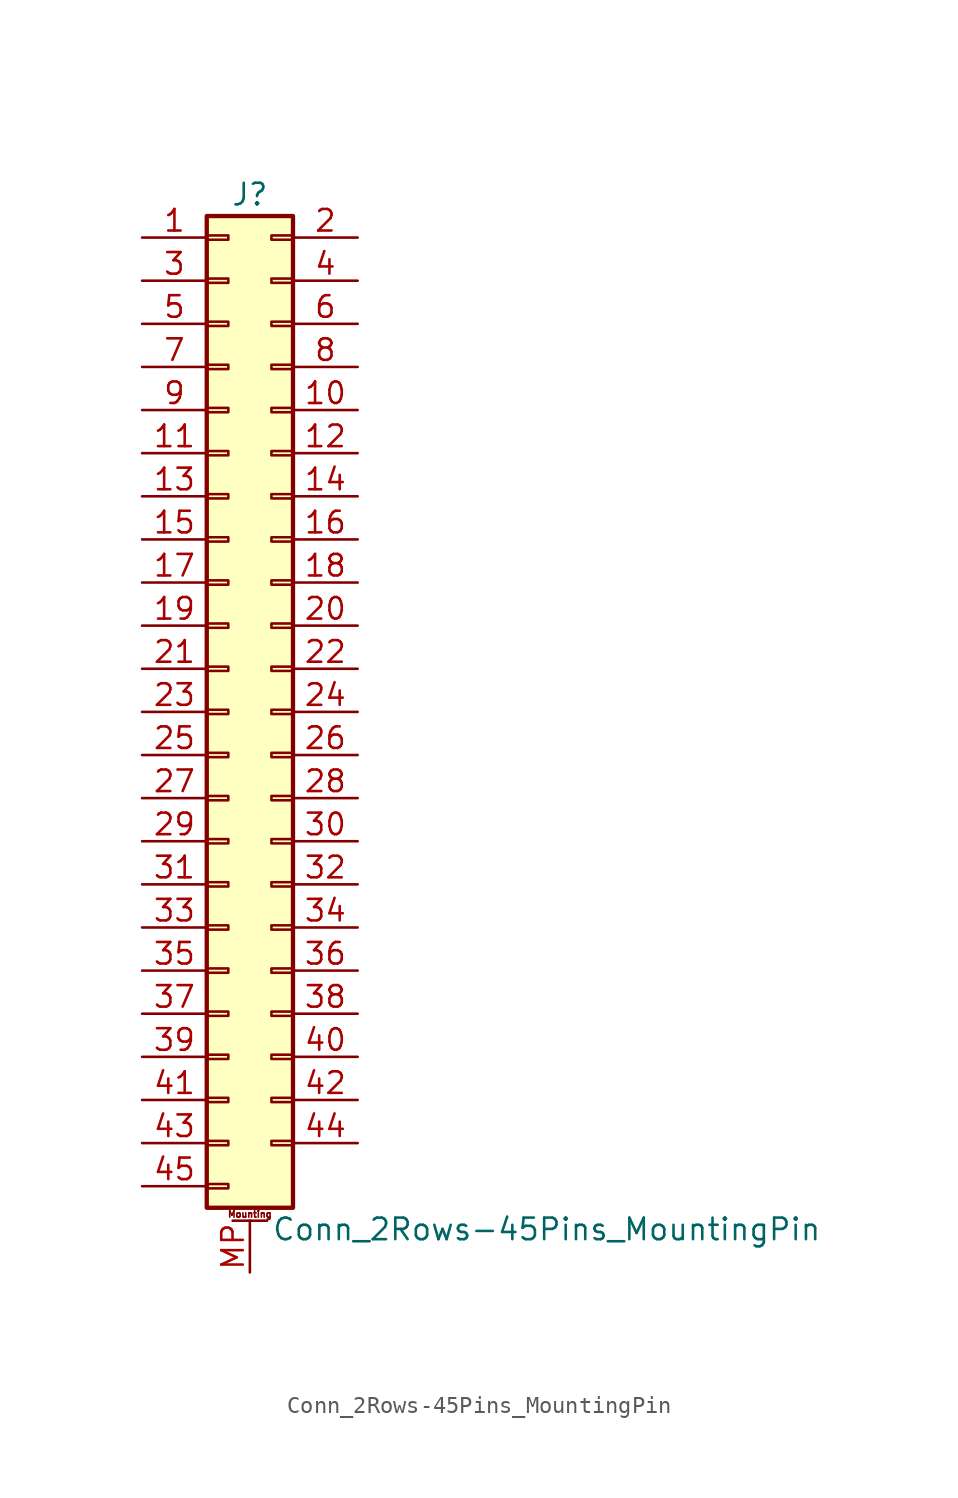
<source format=kicad_sym>
(kicad_symbol_lib
  (version 20211014)
  (generator kicad_symbol_editor)
  (symbol "Conn_2Rows-45Pins_MountingPin"
    (pin_names
      (offset 1.016) hide)
    (property "Reference" "J"
      (at 1.27 30.48 0)
      (effects (font (size 1.27 1.27))))
    (property "Value" "Conn_2Rows-45Pins_MountingPin"
      (at 2.54 -30.48 0)
      (effects (font (size 1.27 1.27)) (justify left)))
    (symbol "Conn_2Rows-45Pins_MountingPin_1_1"
      (rectangle (start -1.27 -27.813) (end 0 -28.067) (stroke (width 0.152) (type default) (color 0 0 0 0)) (fill (type none)))
      (rectangle (start -1.27 -25.273) (end 0 -25.527) (stroke (width 0.152) (type default) (color 0 0 0 0)) (fill (type none)))
      (rectangle (start -1.27 -22.733) (end 0 -22.987) (stroke (width 0.152) (type default) (color 0 0 0 0)) (fill (type none)))
      (rectangle (start -1.27 -20.193) (end 0 -20.447) (stroke (width 0.152) (type default) (color 0 0 0 0)) (fill (type none)))
      (rectangle (start -1.27 -17.653) (end 0 -17.907) (stroke (width 0.152) (type default) (color 0 0 0 0)) (fill (type none)))
      (rectangle (start -1.27 -15.113) (end 0 -15.367) (stroke (width 0.152) (type default) (color 0 0 0 0)) (fill (type none)))
      (rectangle (start -1.27 -12.573) (end 0 -12.827) (stroke (width 0.152) (type default) (color 0 0 0 0)) (fill (type none)))
      (rectangle (start -1.27 -10.033) (end 0 -10.287) (stroke (width 0.152) (type default) (color 0 0 0 0)) (fill (type none)))
      (rectangle (start -1.27 -7.493) (end 0 -7.747) (stroke (width 0.152) (type default) (color 0 0 0 0)) (fill (type none)))
      (rectangle (start -1.27 -4.953) (end 0 -5.207) (stroke (width 0.152) (type default) (color 0 0 0 0)) (fill (type none)))
      (rectangle (start -1.27 -2.413) (end 0 -2.667) (stroke (width 0.152) (type default) (color 0 0 0 0)) (fill (type none)))
      (rectangle (start -1.27 0.127) (end 0 -0.127) (stroke (width 0.152) (type default) (color 0 0 0 0)) (fill (type none)))
      (rectangle (start -1.27 2.667) (end 0 2.413) (stroke (width 0.152) (type default) (color 0 0 0 0)) (fill (type none)))
      (rectangle (start -1.27 5.207) (end 0 4.953) (stroke (width 0.152) (type default) (color 0 0 0 0)) (fill (type none)))
      (rectangle (start -1.27 7.747) (end 0 7.493) (stroke (width 0.152) (type default) (color 0 0 0 0)) (fill (type none)))
      (rectangle (start -1.27 10.287) (end 0 10.033) (stroke (width 0.152) (type default) (color 0 0 0 0)) (fill (type none)))
      (rectangle (start -1.27 12.827) (end 0 12.573) (stroke (width 0.152) (type default) (color 0 0 0 0)) (fill (type none)))
      (rectangle (start -1.27 15.367) (end 0 15.113) (stroke (width 0.152) (type default) (color 0 0 0 0)) (fill (type none)))
      (rectangle (start -1.27 17.907) (end 0 17.653) (stroke (width 0.152) (type default) (color 0 0 0 0)) (fill (type none)))
      (rectangle (start -1.27 20.447) (end 0 20.193) (stroke (width 0.152) (type default) (color 0 0 0 0)) (fill (type none)))
      (rectangle (start -1.27 22.987) (end 0 22.733) (stroke (width 0.152) (type default) (color 0 0 0 0)) (fill (type none)))
      (rectangle (start -1.27 25.527) (end 0 25.273) (stroke (width 0.152) (type default) (color 0 0 0 0)) (fill (type none)))
      (rectangle (start -1.27 28.067) (end 0 27.813) (stroke (width 0.152) (type default) (color 0 0 0 0)) (fill (type none)))
      (rectangle (start -1.27 29.21) (end 3.81 -29.21) (stroke (width 0.254) (type default) (color 0 0 0 0)) (fill (type background)))
      (polyline (pts (xy 0.254 -29.972) (xy 2.286 -29.972)) (stroke (width 0.152) (type default) (color 0 0 0 0)) (fill (type none)))
      (rectangle (start 3.81 -25.273) (end 2.54 -25.527) (stroke (width 0.152) (type default) (color 0 0 0 0)) (fill (type none)))
      (rectangle (start 3.81 -22.733) (end 2.54 -22.987) (stroke (width 0.152) (type default) (color 0 0 0 0)) (fill (type none)))
      (rectangle (start 3.81 -20.193) (end 2.54 -20.447) (stroke (width 0.152) (type default) (color 0 0 0 0)) (fill (type none)))
      (rectangle (start 3.81 -17.653) (end 2.54 -17.907) (stroke (width 0.152) (type default) (color 0 0 0 0)) (fill (type none)))
      (rectangle (start 3.81 -15.113) (end 2.54 -15.367) (stroke (width 0.152) (type default) (color 0 0 0 0)) (fill (type none)))
      (rectangle (start 3.81 -12.573) (end 2.54 -12.827) (stroke (width 0.152) (type default) (color 0 0 0 0)) (fill (type none)))
      (rectangle (start 3.81 -10.033) (end 2.54 -10.287) (stroke (width 0.152) (type default) (color 0 0 0 0)) (fill (type none)))
      (rectangle (start 3.81 -7.493) (end 2.54 -7.747) (stroke (width 0.152) (type default) (color 0 0 0 0)) (fill (type none)))
      (rectangle (start 3.81 -4.953) (end 2.54 -5.207) (stroke (width 0.152) (type default) (color 0 0 0 0)) (fill (type none)))
      (rectangle (start 3.81 -2.413) (end 2.54 -2.667) (stroke (width 0.152) (type default) (color 0 0 0 0)) (fill (type none)))
      (rectangle (start 3.81 0.127) (end 2.54 -0.127) (stroke (width 0.152) (type default) (color 0 0 0 0)) (fill (type none)))
      (rectangle (start 3.81 2.667) (end 2.54 2.413) (stroke (width 0.152) (type default) (color 0 0 0 0)) (fill (type none)))
      (rectangle (start 3.81 5.207) (end 2.54 4.953) (stroke (width 0.152) (type default) (color 0 0 0 0)) (fill (type none)))
      (rectangle (start 3.81 7.747) (end 2.54 7.493) (stroke (width 0.152) (type default) (color 0 0 0 0)) (fill (type none)))
      (rectangle (start 3.81 10.287) (end 2.54 10.033) (stroke (width 0.152) (type default) (color 0 0 0 0)) (fill (type none)))
      (rectangle (start 3.81 12.827) (end 2.54 12.573) (stroke (width 0.152) (type default) (color 0 0 0 0)) (fill (type none)))
      (rectangle (start 3.81 15.367) (end 2.54 15.113) (stroke (width 0.152) (type default) (color 0 0 0 0)) (fill (type none)))
      (rectangle (start 3.81 17.907) (end 2.54 17.653) (stroke (width 0.152) (type default) (color 0 0 0 0)) (fill (type none)))
      (rectangle (start 3.81 20.447) (end 2.54 20.193) (stroke (width 0.152) (type default) (color 0 0 0 0)) (fill (type none)))
      (rectangle (start 3.81 22.987) (end 2.54 22.733) (stroke (width 0.152) (type default) (color 0 0 0 0)) (fill (type none)))
      (rectangle (start 3.81 25.527) (end 2.54 25.273) (stroke (width 0.152) (type default) (color 0 0 0 0)) (fill (type none)))
      (rectangle (start 3.81 28.067) (end 2.54 27.813) (stroke (width 0.152) (type default) (color 0 0 0 0)) (fill (type none)))
      (text "Mounting" (at 1.27 -29.591 0) (effects (font (size 0.381 0.381))))
      (pin passive line (at -5.08 27.94 0) (length 3.81) (name "Pin_1" (effects (font (size 1.27 1.27)))) (number "1" (effects (font (size 1.27 1.27)))))
      (pin passive line (at 7.62 17.78 180) (length 3.81) (name "Pin_10" (effects (font (size 1.27 1.27)))) (number "10" (effects (font (size 1.27 1.27)))))
      (pin passive line (at -5.08 15.24 0) (length 3.81) (name "Pin_11" (effects (font (size 1.27 1.27)))) (number "11" (effects (font (size 1.27 1.27)))))
      (pin passive line (at 7.62 15.24 180) (length 3.81) (name "Pin_12" (effects (font (size 1.27 1.27)))) (number "12" (effects (font (size 1.27 1.27)))))
      (pin passive line (at -5.08 12.7 0) (length 3.81) (name "Pin_13" (effects (font (size 1.27 1.27)))) (number "13" (effects (font (size 1.27 1.27)))))
      (pin passive line (at 7.62 12.7 180) (length 3.81) (name "Pin_14" (effects (font (size 1.27 1.27)))) (number "14" (effects (font (size 1.27 1.27)))))
      (pin passive line (at -5.08 10.16 0) (length 3.81) (name "Pin_15" (effects (font (size 1.27 1.27)))) (number "15" (effects (font (size 1.27 1.27)))))
      (pin passive line (at 7.62 10.16 180) (length 3.81) (name "Pin_16" (effects (font (size 1.27 1.27)))) (number "16" (effects (font (size 1.27 1.27)))))
      (pin passive line (at -5.08 7.62 0) (length 3.81) (name "Pin_17" (effects (font (size 1.27 1.27)))) (number "17" (effects (font (size 1.27 1.27)))))
      (pin passive line (at 7.62 7.62 180) (length 3.81) (name "Pin_18" (effects (font (size 1.27 1.27)))) (number "18" (effects (font (size 1.27 1.27)))))
      (pin passive line (at -5.08 5.08 0) (length 3.81) (name "Pin_19" (effects (font (size 1.27 1.27)))) (number "19" (effects (font (size 1.27 1.27)))))
      (pin passive line (at 7.62 27.94 180) (length 3.81) (name "Pin_2" (effects (font (size 1.27 1.27)))) (number "2" (effects (font (size 1.27 1.27)))))
      (pin passive line (at 7.62 5.08 180) (length 3.81) (name "Pin_20" (effects (font (size 1.27 1.27)))) (number "20" (effects (font (size 1.27 1.27)))))
      (pin passive line (at -5.08 2.54 0) (length 3.81) (name "Pin_21" (effects (font (size 1.27 1.27)))) (number "21" (effects (font (size 1.27 1.27)))))
      (pin passive line (at 7.62 2.54 180) (length 3.81) (name "Pin_22" (effects (font (size 1.27 1.27)))) (number "22" (effects (font (size 1.27 1.27)))))
      (pin passive line (at -5.08 0 0) (length 3.81) (name "Pin_23" (effects (font (size 1.27 1.27)))) (number "23" (effects (font (size 1.27 1.27)))))
      (pin passive line (at 7.62 0 180) (length 3.81) (name "Pin_24" (effects (font (size 1.27 1.27)))) (number "24" (effects (font (size 1.27 1.27)))))
      (pin passive line (at -5.08 -2.54 0) (length 3.81) (name "Pin_25" (effects (font (size 1.27 1.27)))) (number "25" (effects (font (size 1.27 1.27)))))
      (pin passive line (at 7.62 -2.54 180) (length 3.81) (name "Pin_26" (effects (font (size 1.27 1.27)))) (number "26" (effects (font (size 1.27 1.27)))))
      (pin passive line (at -5.08 -5.08 0) (length 3.81) (name "Pin_27" (effects (font (size 1.27 1.27)))) (number "27" (effects (font (size 1.27 1.27)))))
      (pin passive line (at 7.62 -5.08 180) (length 3.81) (name "Pin_28" (effects (font (size 1.27 1.27)))) (number "28" (effects (font (size 1.27 1.27)))))
      (pin passive line (at -5.08 -7.62 0) (length 3.81) (name "Pin_29" (effects (font (size 1.27 1.27)))) (number "29" (effects (font (size 1.27 1.27)))))
      (pin passive line (at -5.08 25.4 0) (length 3.81) (name "Pin_3" (effects (font (size 1.27 1.27)))) (number "3" (effects (font (size 1.27 1.27)))))
      (pin passive line (at 7.62 -7.62 180) (length 3.81) (name "Pin_30" (effects (font (size 1.27 1.27)))) (number "30" (effects (font (size 1.27 1.27)))))
      (pin passive line (at -5.08 -10.16 0) (length 3.81) (name "Pin_31" (effects (font (size 1.27 1.27)))) (number "31" (effects (font (size 1.27 1.27)))))
      (pin passive line (at 7.62 -10.16 180) (length 3.81) (name "Pin_32" (effects (font (size 1.27 1.27)))) (number "32" (effects (font (size 1.27 1.27)))))
      (pin passive line (at -5.08 -12.7 0) (length 3.81) (name "Pin_33" (effects (font (size 1.27 1.27)))) (number "33" (effects (font (size 1.27 1.27)))))
      (pin passive line (at 7.62 -12.7 180) (length 3.81) (name "Pin_34" (effects (font (size 1.27 1.27)))) (number "34" (effects (font (size 1.27 1.27)))))
      (pin passive line (at -5.08 -15.24 0) (length 3.81) (name "Pin_35" (effects (font (size 1.27 1.27)))) (number "35" (effects (font (size 1.27 1.27)))))
      (pin passive line (at 7.62 -15.24 180) (length 3.81) (name "Pin_36" (effects (font (size 1.27 1.27)))) (number "36" (effects (font (size 1.27 1.27)))))
      (pin passive line (at -5.08 -17.78 0) (length 3.81) (name "Pin_37" (effects (font (size 1.27 1.27)))) (number "37" (effects (font (size 1.27 1.27)))))
      (pin passive line (at 7.62 -17.78 180) (length 3.81) (name "Pin_38" (effects (font (size 1.27 1.27)))) (number "38" (effects (font (size 1.27 1.27)))))
      (pin passive line (at -5.08 -20.32 0) (length 3.81) (name "Pin_39" (effects (font (size 1.27 1.27)))) (number "39" (effects (font (size 1.27 1.27)))))
      (pin passive line (at 7.62 25.4 180) (length 3.81) (name "Pin_4" (effects (font (size 1.27 1.27)))) (number "4" (effects (font (size 1.27 1.27)))))
      (pin passive line (at 7.62 -20.32 180) (length 3.81) (name "Pin_40" (effects (font (size 1.27 1.27)))) (number "40" (effects (font (size 1.27 1.27)))))
      (pin passive line (at -5.08 -22.86 0) (length 3.81) (name "Pin_41" (effects (font (size 1.27 1.27)))) (number "41" (effects (font (size 1.27 1.27)))))
      (pin passive line (at 7.62 -22.86 180) (length 3.81) (name "Pin_42" (effects (font (size 1.27 1.27)))) (number "42" (effects (font (size 1.27 1.27)))))
      (pin passive line (at -5.08 -25.4 0) (length 3.81) (name "Pin_43" (effects (font (size 1.27 1.27)))) (number "43" (effects (font (size 1.27 1.27)))))
      (pin passive line (at 7.62 -25.4 180) (length 3.81) (name "Pin_44" (effects (font (size 1.27 1.27)))) (number "44" (effects (font (size 1.27 1.27)))))
      (pin passive line (at -5.08 -27.94 0) (length 3.81) (name "Pin_45" (effects (font (size 1.27 1.27)))) (number "45" (effects (font (size 1.27 1.27)))))
      (pin passive line (at -5.08 22.86 0) (length 3.81) (name "Pin_5" (effects (font (size 1.27 1.27)))) (number "5" (effects (font (size 1.27 1.27)))))
      (pin passive line (at 7.62 22.86 180) (length 3.81) (name "Pin_6" (effects (font (size 1.27 1.27)))) (number "6" (effects (font (size 1.27 1.27)))))
      (pin passive line (at -5.08 20.32 0) (length 3.81) (name "Pin_7" (effects (font (size 1.27 1.27)))) (number "7" (effects (font (size 1.27 1.27)))))
      (pin passive line (at 7.62 20.32 180) (length 3.81) (name "Pin_8" (effects (font (size 1.27 1.27)))) (number "8" (effects (font (size 1.27 1.27)))))
      (pin passive line (at -5.08 17.78 0) (length 3.81) (name "Pin_9" (effects (font (size 1.27 1.27)))) (number "9" (effects (font (size 1.27 1.27)))))
      (pin passive line (at 1.27 -33.02 90) (length 3.048) (name "MountPin" (effects (font (size 1.27 1.27)))) (number "MP" (effects (font (size 1.27 1.27))))))))
</source>
